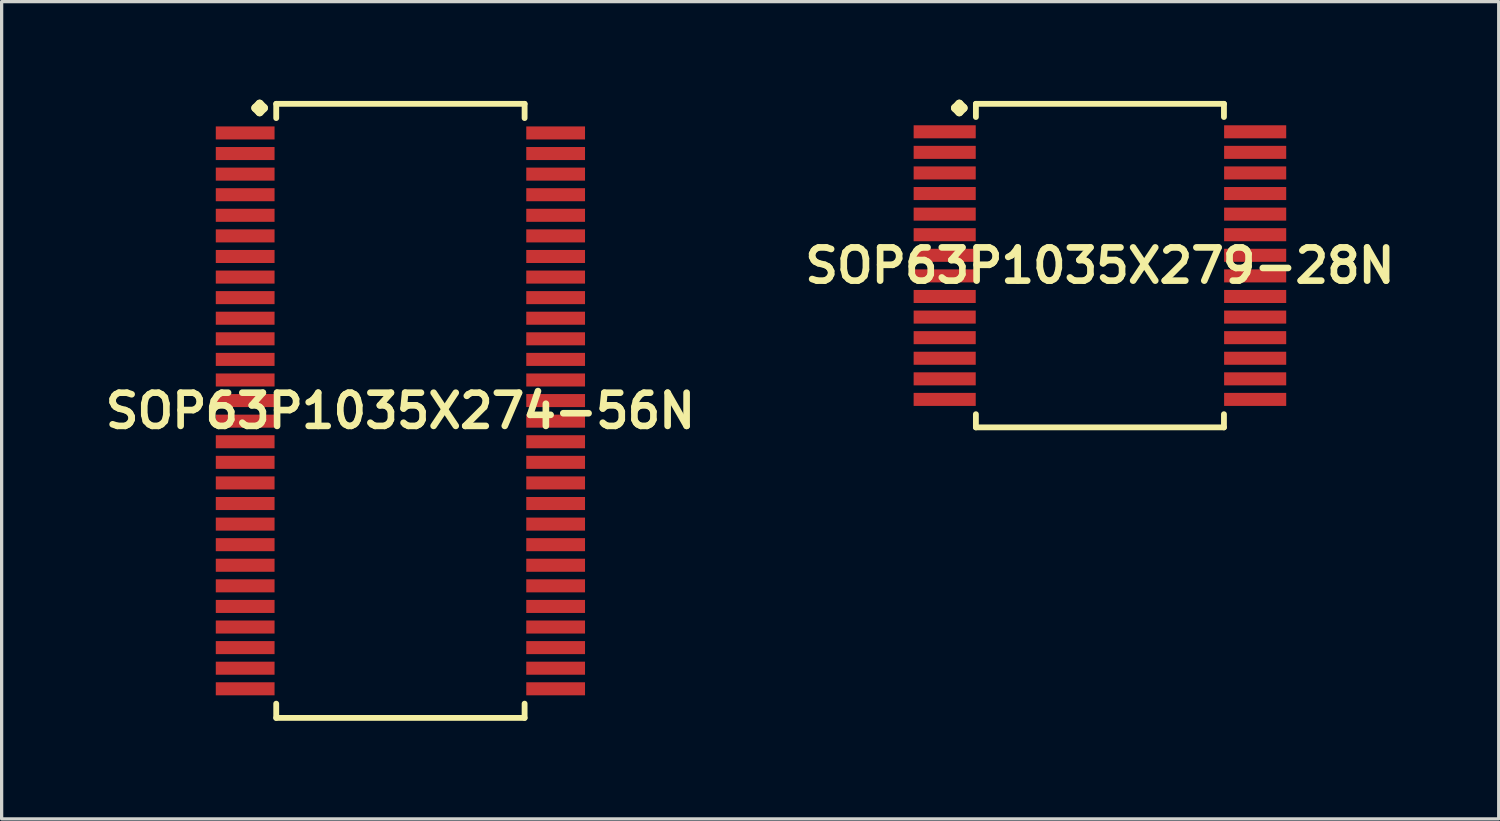
<source format=kicad_pcb>
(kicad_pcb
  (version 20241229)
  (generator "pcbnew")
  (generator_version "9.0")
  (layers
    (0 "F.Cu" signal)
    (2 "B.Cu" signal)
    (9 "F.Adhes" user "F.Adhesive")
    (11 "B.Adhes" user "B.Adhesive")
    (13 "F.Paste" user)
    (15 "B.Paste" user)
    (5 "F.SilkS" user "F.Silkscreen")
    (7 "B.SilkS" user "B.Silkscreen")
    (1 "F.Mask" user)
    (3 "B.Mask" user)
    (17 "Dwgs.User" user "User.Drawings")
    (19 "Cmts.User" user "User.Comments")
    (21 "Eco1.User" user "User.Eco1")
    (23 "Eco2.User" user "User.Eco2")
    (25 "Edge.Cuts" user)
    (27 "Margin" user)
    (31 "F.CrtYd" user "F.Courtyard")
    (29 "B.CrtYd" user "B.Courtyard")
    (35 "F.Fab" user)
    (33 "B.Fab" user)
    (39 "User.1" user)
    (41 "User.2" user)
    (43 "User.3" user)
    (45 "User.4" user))
  (footprint "SOP63P1035X274-56N"
    (layer "F.Cu")
    (at 9.202 9.522)
    (property "Reference" "SOP63P1035X274-56N" (at 0 0 0) (layer "F.SilkS") (effects (font (size 1.016 1.016) (thickness 0.203))))
    (attr smd)
    (fp_line (start -4.435 -9.268) (end -4.308 -9.395) (stroke (width 0.254) (type solid)) (layer "F.SilkS"))
    (fp_line (start -4.308 -9.395) (end -4.181 -9.268) (stroke (width 0.254) (type solid)) (layer "F.SilkS"))
    (fp_line (start -4.308 -9.141) (end -4.435 -9.268) (stroke (width 0.254) (type solid)) (layer "F.SilkS"))
    (fp_line (start -4.181 -9.268) (end -4.308 -9.141) (stroke (width 0.254) (type solid)) (layer "F.SilkS"))
    (fp_line (start -3.8 -9.395) (end 3.8 -9.395) (stroke (width 0.178) (type solid)) (layer "F.SilkS"))
    (fp_line (start -3.8 -8.959) (end -3.8 -9.395) (stroke (width 0.178) (type solid)) (layer "F.SilkS"))
    (fp_line (start -3.8 8.959) (end -3.8 9.395) (stroke (width 0.178) (type solid)) (layer "F.SilkS"))
    (fp_line (start -3.8 9.395) (end 3.8 9.395) (stroke (width 0.178) (type solid)) (layer "F.SilkS"))
    (fp_line (start 3.8 -9.395) (end 3.8 -8.959) (stroke (width 0.178) (type solid)) (layer "F.SilkS"))
    (fp_line (start 3.8 9.395) (end 3.8 8.959) (stroke (width 0.178) (type solid)) (layer "F.SilkS"))
    (pad "1" smd rect (at -4.75 -8.504) (size 1.798 0.399) (layers "F.Cu" "F.Mask" "F.Paste"))
    (pad "2" smd rect (at -4.75 -7.874) (size 1.798 0.399) (layers "F.Cu" "F.Mask" "F.Paste"))
    (pad "3" smd rect (at -4.75 -7.244) (size 1.798 0.399) (layers "F.Cu" "F.Mask" "F.Paste"))
    (pad "4" smd rect (at -4.75 -6.614) (size 1.798 0.399) (layers "F.Cu" "F.Mask" "F.Paste"))
    (pad "5" smd rect (at -4.75 -5.984) (size 1.798 0.399) (layers "F.Cu" "F.Mask" "F.Paste"))
    (pad "6" smd rect (at -4.75 -5.354) (size 1.798 0.399) (layers "F.Cu" "F.Mask" "F.Paste"))
    (pad "7" smd rect (at -4.75 -4.724) (size 1.798 0.399) (layers "F.Cu" "F.Mask" "F.Paste"))
    (pad "8" smd rect (at -4.75 -4.094) (size 1.798 0.399) (layers "F.Cu" "F.Mask" "F.Paste"))
    (pad "9" smd rect (at -4.75 -3.465) (size 1.798 0.399) (layers "F.Cu" "F.Mask" "F.Paste"))
    (pad "10" smd rect (at -4.75 -2.835) (size 1.798 0.399) (layers "F.Cu" "F.Mask" "F.Paste"))
    (pad "11" smd rect (at -4.75 -2.205) (size 1.798 0.399) (layers "F.Cu" "F.Mask" "F.Paste"))
    (pad "12" smd rect (at -4.75 -1.575) (size 1.798 0.399) (layers "F.Cu" "F.Mask" "F.Paste"))
    (pad "13" smd rect (at -4.75 -0.945) (size 1.798 0.399) (layers "F.Cu" "F.Mask" "F.Paste"))
    (pad "14" smd rect (at -4.75 -0.315) (size 1.798 0.399) (layers "F.Cu" "F.Mask" "F.Paste"))
    (pad "15" smd rect (at -4.75 0.315) (size 1.798 0.399) (layers "F.Cu" "F.Mask" "F.Paste"))
    (pad "16" smd rect (at -4.75 0.945) (size 1.798 0.399) (layers "F.Cu" "F.Mask" "F.Paste"))
    (pad "17" smd rect (at -4.75 1.575) (size 1.798 0.399) (layers "F.Cu" "F.Mask" "F.Paste"))
    (pad "18" smd rect (at -4.75 2.205) (size 1.798 0.399) (layers "F.Cu" "F.Mask" "F.Paste"))
    (pad "19" smd rect (at -4.75 2.835) (size 1.798 0.399) (layers "F.Cu" "F.Mask" "F.Paste"))
    (pad "20" smd rect (at -4.75 3.465) (size 1.798 0.399) (layers "F.Cu" "F.Mask" "F.Paste"))
    (pad "21" smd rect (at -4.75 4.094) (size 1.798 0.399) (layers "F.Cu" "F.Mask" "F.Paste"))
    (pad "22" smd rect (at -4.75 4.724) (size 1.798 0.399) (layers "F.Cu" "F.Mask" "F.Paste"))
    (pad "23" smd rect (at -4.75 5.354) (size 1.798 0.399) (layers "F.Cu" "F.Mask" "F.Paste"))
    (pad "24" smd rect (at -4.75 5.984) (size 1.798 0.399) (layers "F.Cu" "F.Mask" "F.Paste"))
    (pad "25" smd rect (at -4.75 6.614) (size 1.798 0.399) (layers "F.Cu" "F.Mask" "F.Paste"))
    (pad "26" smd rect (at -4.75 7.244) (size 1.798 0.399) (layers "F.Cu" "F.Mask" "F.Paste"))
    (pad "27" smd rect (at -4.75 7.874) (size 1.798 0.399) (layers "F.Cu" "F.Mask" "F.Paste"))
    (pad "28" smd rect (at -4.75 8.504) (size 1.798 0.399) (layers "F.Cu" "F.Mask" "F.Paste"))
    (pad "29" smd rect (at 4.75 8.504) (size 1.798 0.399) (layers "F.Cu" "F.Mask" "F.Paste"))
    (pad "30" smd rect (at 4.75 7.874) (size 1.798 0.399) (layers "F.Cu" "F.Mask" "F.Paste"))
    (pad "31" smd rect (at 4.75 7.244) (size 1.798 0.399) (layers "F.Cu" "F.Mask" "F.Paste"))
    (pad "32" smd rect (at 4.75 6.614) (size 1.798 0.399) (layers "F.Cu" "F.Mask" "F.Paste"))
    (pad "33" smd rect (at 4.75 5.984) (size 1.798 0.399) (layers "F.Cu" "F.Mask" "F.Paste"))
    (pad "34" smd rect (at 4.75 5.354) (size 1.798 0.399) (layers "F.Cu" "F.Mask" "F.Paste"))
    (pad "35" smd rect (at 4.75 4.724) (size 1.798 0.399) (layers "F.Cu" "F.Mask" "F.Paste"))
    (pad "36" smd rect (at 4.75 4.094) (size 1.798 0.399) (layers "F.Cu" "F.Mask" "F.Paste"))
    (pad "37" smd rect (at 4.75 3.465) (size 1.798 0.399) (layers "F.Cu" "F.Mask" "F.Paste"))
    (pad "38" smd rect (at 4.75 2.835) (size 1.798 0.399) (layers "F.Cu" "F.Mask" "F.Paste"))
    (pad "39" smd rect (at 4.75 2.205) (size 1.798 0.399) (layers "F.Cu" "F.Mask" "F.Paste"))
    (pad "40" smd rect (at 4.75 1.575) (size 1.798 0.399) (layers "F.Cu" "F.Mask" "F.Paste"))
    (pad "41" smd rect (at 4.75 0.945) (size 1.798 0.399) (layers "F.Cu" "F.Mask" "F.Paste"))
    (pad "42" smd rect (at 4.75 0.315) (size 1.798 0.399) (layers "F.Cu" "F.Mask" "F.Paste"))
    (pad "43" smd rect (at 4.75 -0.315) (size 1.798 0.399) (layers "F.Cu" "F.Mask" "F.Paste"))
    (pad "44" smd rect (at 4.75 -0.945) (size 1.798 0.399) (layers "F.Cu" "F.Mask" "F.Paste"))
    (pad "45" smd rect (at 4.75 -1.575) (size 1.798 0.399) (layers "F.Cu" "F.Mask" "F.Paste"))
    (pad "46" smd rect (at 4.75 -2.205) (size 1.798 0.399) (layers "F.Cu" "F.Mask" "F.Paste"))
    (pad "47" smd rect (at 4.75 -2.835) (size 1.798 0.399) (layers "F.Cu" "F.Mask" "F.Paste"))
    (pad "48" smd rect (at 4.75 -3.465) (size 1.798 0.399) (layers "F.Cu" "F.Mask" "F.Paste"))
    (pad "49" smd rect (at 4.75 -4.094) (size 1.798 0.399) (layers "F.Cu" "F.Mask" "F.Paste"))
    (pad "50" smd rect (at 4.75 -4.724) (size 1.798 0.399) (layers "F.Cu" "F.Mask" "F.Paste"))
    (pad "51" smd rect (at 4.75 -5.354) (size 1.798 0.399) (layers "F.Cu" "F.Mask" "F.Paste"))
    (pad "52" smd rect (at 4.75 -5.984) (size 1.798 0.399) (layers "F.Cu" "F.Mask" "F.Paste"))
    (pad "53" smd rect (at 4.75 -6.614) (size 1.798 0.399) (layers "F.Cu" "F.Mask" "F.Paste"))
    (pad "54" smd rect (at 4.75 -7.244) (size 1.798 0.399) (layers "F.Cu" "F.Mask" "F.Paste"))
    (pad "55" smd rect (at 4.75 -7.874) (size 1.798 0.399) (layers "F.Cu" "F.Mask" "F.Paste"))
    (pad "56" smd rect (at 4.75 -8.504) (size 1.798 0.399) (layers "F.Cu" "F.Mask" "F.Paste")))
  (footprint "SOP63P1035X279-28N"
    (layer "F.Cu")
    (at 30.606 5.077)
    (property "Reference" "SOP63P1035X279-28N" (at 0 0 0) (layer "F.SilkS") (effects (font (size 1.016 1.016) (thickness 0.203))))
    (attr smd)
    (fp_line (start -4.43 -4.823) (end -4.303 -4.95) (stroke (width 0.254) (type solid)) (layer "F.SilkS"))
    (fp_line (start -4.303 -4.95) (end -4.176 -4.823) (stroke (width 0.254) (type solid)) (layer "F.SilkS"))
    (fp_line (start -4.303 -4.696) (end -4.43 -4.823) (stroke (width 0.254) (type solid)) (layer "F.SilkS"))
    (fp_line (start -4.176 -4.823) (end -4.303 -4.696) (stroke (width 0.254) (type solid)) (layer "F.SilkS"))
    (fp_line (start -3.795 -4.95) (end 3.795 -4.95) (stroke (width 0.178) (type solid)) (layer "F.SilkS"))
    (fp_line (start -3.795 -4.547) (end -3.795 -4.95) (stroke (width 0.178) (type solid)) (layer "F.SilkS"))
    (fp_line (start -3.795 4.547) (end -3.795 4.95) (stroke (width 0.178) (type solid)) (layer "F.SilkS"))
    (fp_line (start -3.795 4.95) (end 3.795 4.95) (stroke (width 0.178) (type solid)) (layer "F.SilkS"))
    (fp_line (start 3.795 -4.95) (end 3.795 -4.547) (stroke (width 0.178) (type solid)) (layer "F.SilkS"))
    (fp_line (start 3.795 4.95) (end 3.795 4.547) (stroke (width 0.178) (type solid)) (layer "F.SilkS"))
    (pad "1" smd rect (at -4.75 -4.094) (size 1.9 0.399) (layers "F.Cu" "F.Mask" "F.Paste"))
    (pad "2" smd rect (at -4.75 -3.465) (size 1.9 0.399) (layers "F.Cu" "F.Mask" "F.Paste"))
    (pad "3" smd rect (at -4.75 -2.835) (size 1.9 0.399) (layers "F.Cu" "F.Mask" "F.Paste"))
    (pad "4" smd rect (at -4.75 -2.205) (size 1.9 0.399) (layers "F.Cu" "F.Mask" "F.Paste"))
    (pad "5" smd rect (at -4.75 -1.575) (size 1.9 0.399) (layers "F.Cu" "F.Mask" "F.Paste"))
    (pad "6" smd rect (at -4.75 -0.945) (size 1.9 0.399) (layers "F.Cu" "F.Mask" "F.Paste"))
    (pad "7" smd rect (at -4.75 -0.315) (size 1.9 0.399) (layers "F.Cu" "F.Mask" "F.Paste"))
    (pad "8" smd rect (at -4.75 0.315) (size 1.9 0.399) (layers "F.Cu" "F.Mask" "F.Paste"))
    (pad "9" smd rect (at -4.75 0.945) (size 1.9 0.399) (layers "F.Cu" "F.Mask" "F.Paste"))
    (pad "10" smd rect (at -4.75 1.575) (size 1.9 0.399) (layers "F.Cu" "F.Mask" "F.Paste"))
    (pad "11" smd rect (at -4.75 2.205) (size 1.9 0.399) (layers "F.Cu" "F.Mask" "F.Paste"))
    (pad "12" smd rect (at -4.75 2.835) (size 1.9 0.399) (layers "F.Cu" "F.Mask" "F.Paste"))
    (pad "13" smd rect (at -4.75 3.465) (size 1.9 0.399) (layers "F.Cu" "F.Mask" "F.Paste"))
    (pad "14" smd rect (at -4.75 4.094) (size 1.9 0.399) (layers "F.Cu" "F.Mask" "F.Paste"))
    (pad "15" smd rect (at 4.75 4.094) (size 1.9 0.399) (layers "F.Cu" "F.Mask" "F.Paste"))
    (pad "16" smd rect (at 4.75 3.465) (size 1.9 0.399) (layers "F.Cu" "F.Mask" "F.Paste"))
    (pad "17" smd rect (at 4.75 2.835) (size 1.9 0.399) (layers "F.Cu" "F.Mask" "F.Paste"))
    (pad "18" smd rect (at 4.75 2.205) (size 1.9 0.399) (layers "F.Cu" "F.Mask" "F.Paste"))
    (pad "19" smd rect (at 4.75 1.575) (size 1.9 0.399) (layers "F.Cu" "F.Mask" "F.Paste"))
    (pad "20" smd rect (at 4.75 0.945) (size 1.9 0.399) (layers "F.Cu" "F.Mask" "F.Paste"))
    (pad "21" smd rect (at 4.75 0.315) (size 1.9 0.399) (layers "F.Cu" "F.Mask" "F.Paste"))
    (pad "22" smd rect (at 4.75 -0.315) (size 1.9 0.399) (layers "F.Cu" "F.Mask" "F.Paste"))
    (pad "23" smd rect (at 4.75 -0.945) (size 1.9 0.399) (layers "F.Cu" "F.Mask" "F.Paste"))
    (pad "24" smd rect (at 4.75 -1.575) (size 1.9 0.399) (layers "F.Cu" "F.Mask" "F.Paste"))
    (pad "25" smd rect (at 4.75 -2.205) (size 1.9 0.399) (layers "F.Cu" "F.Mask" "F.Paste"))
    (pad "26" smd rect (at 4.75 -2.835) (size 1.9 0.399) (layers "F.Cu" "F.Mask" "F.Paste"))
    (pad "27" smd rect (at 4.75 -3.465) (size 1.9 0.399) (layers "F.Cu" "F.Mask" "F.Paste"))
    (pad "28" smd rect (at 4.75 -4.094) (size 1.9 0.399) (layers "F.Cu" "F.Mask" "F.Paste")))
  (gr_rect
    (start -3 -3)
    (end 42.808 22.007)
    (stroke (width 0.1) (type default))
    (fill no)
    (layer "Edge.Cuts")))
</source>
